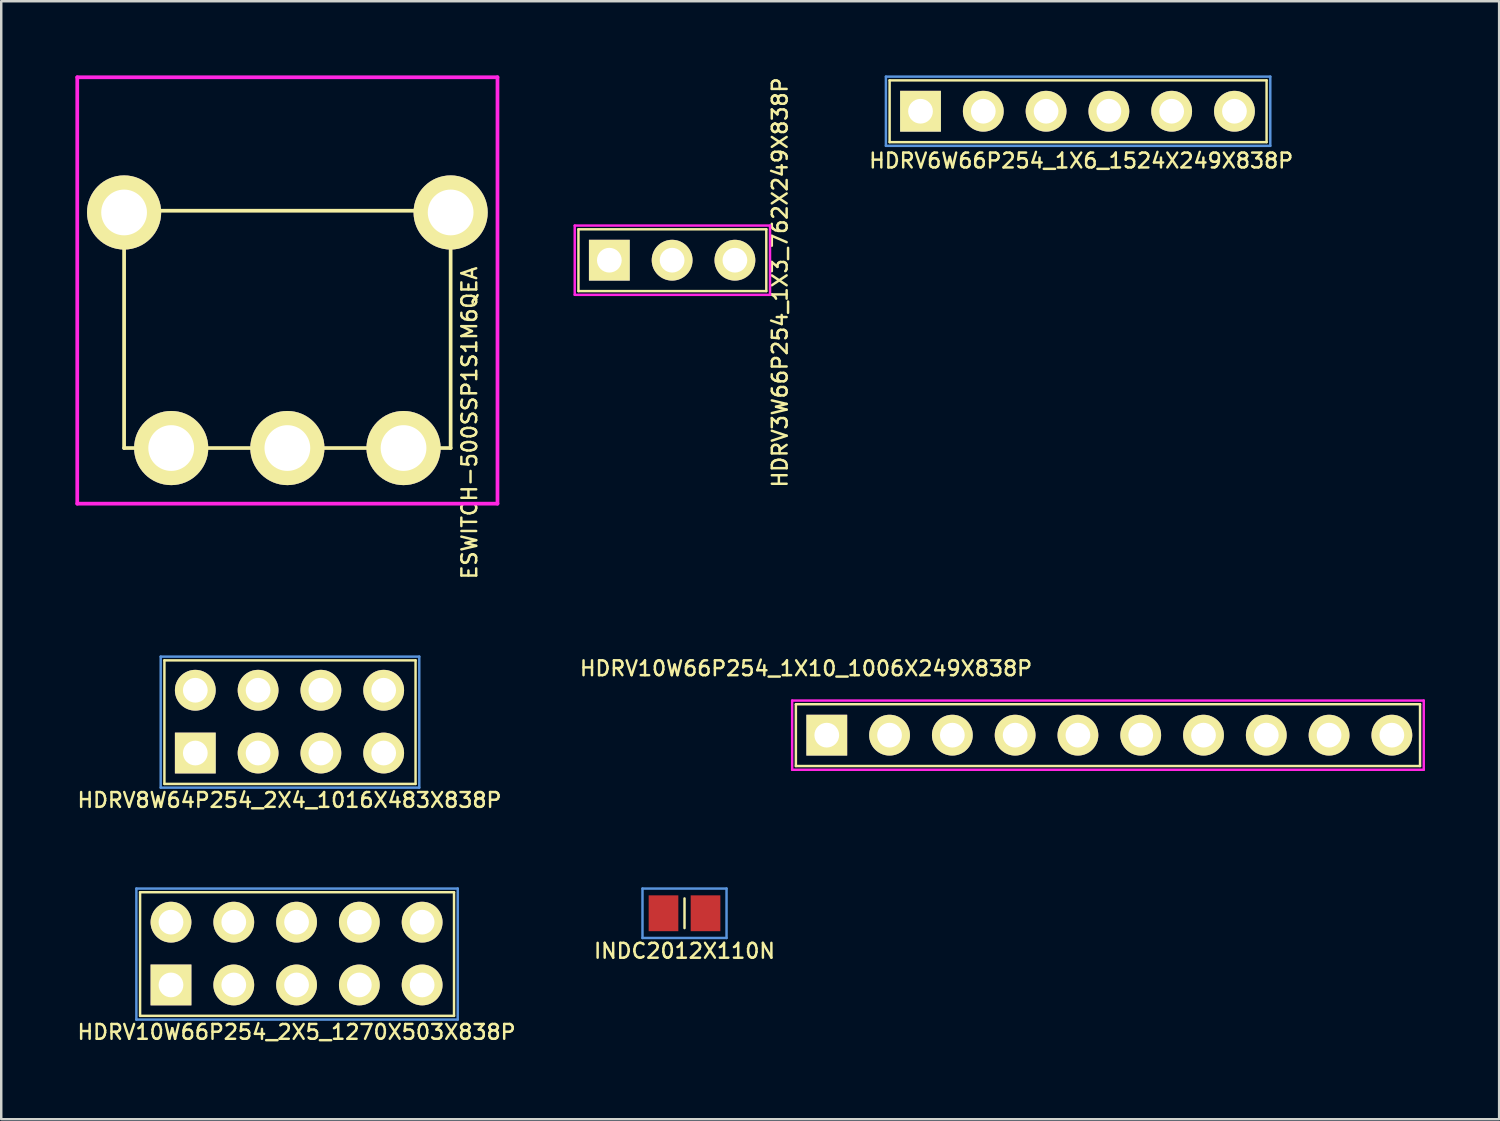
<source format=kicad_pcb>
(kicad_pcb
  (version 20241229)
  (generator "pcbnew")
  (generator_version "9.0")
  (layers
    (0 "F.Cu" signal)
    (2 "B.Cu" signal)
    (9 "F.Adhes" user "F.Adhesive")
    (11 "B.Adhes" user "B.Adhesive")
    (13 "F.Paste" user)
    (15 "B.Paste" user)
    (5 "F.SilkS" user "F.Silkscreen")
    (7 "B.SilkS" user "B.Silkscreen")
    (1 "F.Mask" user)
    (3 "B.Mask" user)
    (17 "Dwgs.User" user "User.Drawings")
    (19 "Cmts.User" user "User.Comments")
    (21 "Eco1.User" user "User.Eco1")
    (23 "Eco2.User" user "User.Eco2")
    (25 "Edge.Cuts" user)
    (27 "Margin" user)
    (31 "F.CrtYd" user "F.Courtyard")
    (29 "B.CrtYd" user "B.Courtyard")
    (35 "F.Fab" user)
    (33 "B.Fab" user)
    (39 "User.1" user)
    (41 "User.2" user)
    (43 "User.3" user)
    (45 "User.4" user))
  (footprint "HDRV10W66P254_2X5_1270X503X838P"
    (layer "F.Cu")
    (at 3.867 36.795)
    (property "Reference" "HDRV10W66P254_2X5_1270X503X838P" (at 5.08 1.905 0) (layer "F.SilkS") (effects (font (size 0.6 0.6) (thickness 0.1))))
    (attr through_hole)
    (fp_line (start -1.25 -3.75) (end 11.45 -3.75) (stroke (width 0.1) (type solid)) (layer "F.SilkS"))
    (fp_line (start -1.25 1.25) (end -1.25 -3.75) (stroke (width 0.1) (type solid)) (layer "F.SilkS"))
    (fp_line (start 11.45 -3.75) (end 11.45 1.25) (stroke (width 0.1) (type solid)) (layer "F.SilkS"))
    (fp_line (start 11.45 1.25) (end -1.25 1.25) (stroke (width 0.1) (type solid)) (layer "F.SilkS"))
    (fp_line (start -1.4 -3.9) (end 11.6 -3.9) (stroke (width 0.1) (type solid)) (layer "Cmts.User"))
    (fp_line (start -1.4 1.4) (end -1.4 -3.9) (stroke (width 0.1) (type solid)) (layer "Cmts.User"))
    (fp_line (start 11.6 -3.9) (end 11.6 1.4) (stroke (width 0.1) (type solid)) (layer "Cmts.User"))
    (fp_line (start 11.6 1.4) (end -1.4 1.4) (stroke (width 0.1) (type solid)) (layer "Cmts.User"))
    (pad "1" thru_hole rect (at 0 0) (size 1.65 1.65) (drill 1) (layers "*.Cu" "*.Mask" "F.SilkS"))
    (pad "2" thru_hole circle (at 0 -2.54) (size 1.65 1.65) (drill 1) (layers "*.Cu" "*.Mask" "F.SilkS"))
    (pad "3" thru_hole circle (at 2.54 0) (size 1.65 1.65) (drill 1) (layers "*.Cu" "*.Mask" "F.SilkS"))
    (pad "4" thru_hole circle (at 2.54 -2.54) (size 1.65 1.65) (drill 1) (layers "*.Cu" "*.Mask" "F.SilkS"))
    (pad "5" thru_hole circle (at 5.08 0) (size 1.65 1.65) (drill 1) (layers "*.Cu" "*.Mask" "F.SilkS"))
    (pad "6" thru_hole circle (at 5.08 -2.54) (size 1.65 1.65) (drill 1) (layers "*.Cu" "*.Mask" "F.SilkS"))
    (pad "7" thru_hole circle (at 7.62 0) (size 1.65 1.65) (drill 1) (layers "*.Cu" "*.Mask" "F.SilkS"))
    (pad "8" thru_hole circle (at 7.62 -2.54) (size 1.65 1.65) (drill 1) (layers "*.Cu" "*.Mask" "F.SilkS"))
    (pad "9" thru_hole circle (at 10.16 0) (size 1.65 1.65) (drill 1) (layers "*.Cu" "*.Mask" "F.SilkS"))
    (pad "10" thru_hole circle (at 10.16 -2.54) (size 1.65 1.65) (drill 1) (layers "*.Cu" "*.Mask" "F.SilkS")))
  (footprint "HDRV3W66P254_1X3_762X249X838P"
    (layer "F.Cu")
    (at 21.6 7.476)
    (property "Reference" "HDRV3W66P254_1X3_762X249X838P" (at 6.9 0.9 90) (layer "F.SilkS") (effects (font (size 0.6 0.6) (thickness 0.1))))
    (attr through_hole)
    (fp_line (start -1.25 -1.25) (end 6.35 -1.25) (stroke (width 0.1) (type solid)) (layer "F.SilkS"))
    (fp_line (start -1.25 1.25) (end -1.25 -1.25) (stroke (width 0.1) (type solid)) (layer "F.SilkS"))
    (fp_line (start 6.35 -1.25) (end 6.35 1.25) (stroke (width 0.1) (type solid)) (layer "F.SilkS"))
    (fp_line (start 6.35 1.25) (end -1.25 1.25) (stroke (width 0.1) (type solid)) (layer "F.SilkS"))
    (fp_line (start -1.4 -1.4) (end 6.5 -1.4) (stroke (width 0.1) (type solid)) (layer "F.CrtYd"))
    (fp_line (start -1.4 1.4) (end -1.4 -1.4) (stroke (width 0.1) (type solid)) (layer "F.CrtYd"))
    (fp_line (start 6.5 -1.4) (end 6.5 1.4) (stroke (width 0.1) (type solid)) (layer "F.CrtYd"))
    (fp_line (start 6.5 1.4) (end -1.4 1.4) (stroke (width 0.1) (type solid)) (layer "F.CrtYd"))
    (pad "1" thru_hole rect (at 0 0) (size 1.65 1.65) (drill 1) (layers "*.Cu" "*.Mask" "F.SilkS"))
    (pad "2" thru_hole circle (at 2.54 0) (size 1.65 1.65) (drill 1) (layers "*.Cu" "*.Mask" "F.SilkS"))
    (pad "3" thru_hole circle (at 5.08 0) (size 1.65 1.65) (drill 1) (layers "*.Cu" "*.Mask" "F.SilkS")))
  (footprint "ESWITCH-500SSP1S1M6QEA"
    (layer "F.Cu")
    (at 8.575 15.075)
    (property "Reference" "ESWITCH-500SSP1S1M6QEA" (at 7.366 -1.016 90) (layer "F.SilkS") (effects (font (size 0.6 0.6) (thickness 0.1))))
    (attr through_hole)
    (fp_line (start -6.605 -9.6) (end -6.605 0) (stroke (width 0.15) (type solid)) (layer "F.SilkS"))
    (fp_line (start -6.605 0) (end 6.605 0) (stroke (width 0.15) (type solid)) (layer "F.SilkS"))
    (fp_line (start 6.605 -9.6) (end -6.605 -9.6) (stroke (width 0.15) (type solid)) (layer "F.SilkS"))
    (fp_line (start 6.605 0) (end 6.605 -9.6) (stroke (width 0.15) (type solid)) (layer "F.SilkS"))
    (fp_line (start -8.5 -15) (end -8.5 2.25) (stroke (width 0.15) (type solid)) (layer "F.CrtYd"))
    (fp_line (start -8.5 2.25) (end 8.5 2.25) (stroke (width 0.15) (type solid)) (layer "F.CrtYd"))
    (fp_line (start 8.5 -15) (end -8.5 -15) (stroke (width 0.15) (type solid)) (layer "F.CrtYd"))
    (fp_line (start 8.5 2.25) (end 8.5 -15) (stroke (width 0.15) (type solid)) (layer "F.CrtYd"))
    (pad "" thru_hole circle (at -6.605 -9.53) (size 3 3) (drill 1.85) (layers "*.Cu" "*.Mask" "F.SilkS"))
    (pad "" thru_hole circle (at 6.605 -9.53) (size 3 3) (drill 1.85) (layers "*.Cu" "*.Mask" "F.SilkS"))
    (pad "1" thru_hole circle (at -4.7 0) (size 3 3) (drill 1.85) (layers "*.Cu" "*.Mask" "F.SilkS"))
    (pad "2" thru_hole circle (at 0 0) (size 3 3) (drill 1.85) (layers "*.Cu" "*.Mask" "F.SilkS"))
    (pad "3" thru_hole circle (at 4.7 0) (size 3 3) (drill 1.85) (layers "*.Cu" "*.Mask" "F.SilkS")))
  (footprint "HDRV8W64P254_2X4_1016X483X838P"
    (layer "F.Cu")
    (at 4.851 27.413)
    (property "Reference" "HDRV8W64P254_2X4_1016X483X838P" (at 3.81 1.905 0) (layer "F.SilkS") (effects (font (size 0.6 0.6) (thickness 0.1))))
    (attr through_hole)
    (fp_line (start -1.25 -3.75) (end 8.91 -3.75) (stroke (width 0.1) (type solid)) (layer "F.SilkS"))
    (fp_line (start -1.25 1.25) (end -1.25 -3.75) (stroke (width 0.1) (type solid)) (layer "F.SilkS"))
    (fp_line (start 8.91 -3.75) (end 8.91 1.25) (stroke (width 0.1) (type solid)) (layer "F.SilkS"))
    (fp_line (start 8.91 1.25) (end -1.25 1.25) (stroke (width 0.1) (type solid)) (layer "F.SilkS"))
    (fp_line (start -1.4 -3.9) (end 9.06 -3.9) (stroke (width 0.1) (type solid)) (layer "Cmts.User"))
    (fp_line (start -1.4 1.4) (end -1.4 -3.9) (stroke (width 0.1) (type solid)) (layer "Cmts.User"))
    (fp_line (start 9.06 -3.9) (end 9.06 1.4) (stroke (width 0.1) (type solid)) (layer "Cmts.User"))
    (fp_line (start 9.06 1.4) (end -1.4 1.4) (stroke (width 0.1) (type solid)) (layer "Cmts.User"))
    (pad "1" thru_hole rect (at 0 0) (size 1.65 1.65) (drill 1) (layers "*.Cu" "*.Mask" "F.SilkS"))
    (pad "2" thru_hole circle (at 0 -2.54) (size 1.65 1.65) (drill 1) (layers "*.Cu" "*.Mask" "F.SilkS"))
    (pad "3" thru_hole circle (at 2.54 0) (size 1.65 1.65) (drill 1) (layers "*.Cu" "*.Mask" "F.SilkS"))
    (pad "4" thru_hole circle (at 2.54 -2.54) (size 1.65 1.65) (drill 1) (layers "*.Cu" "*.Mask" "F.SilkS"))
    (pad "5" thru_hole circle (at 5.08 0) (size 1.65 1.65) (drill 1) (layers "*.Cu" "*.Mask" "F.SilkS"))
    (pad "6" thru_hole circle (at 5.08 -2.54) (size 1.65 1.65) (drill 1) (layers "*.Cu" "*.Mask" "F.SilkS"))
    (pad "7" thru_hole circle (at 7.62 0) (size 1.65 1.65) (drill 1) (layers "*.Cu" "*.Mask" "F.SilkS"))
    (pad "8" thru_hole circle (at 7.62 -2.54) (size 1.65 1.65) (drill 1) (layers "*.Cu" "*.Mask" "F.SilkS")))
  (footprint "HDRV6W66P254_1X6_1524X249X838P"
    (layer "F.Cu")
    (at 34.188 1.45)
    (property "Reference" "HDRV6W66P254_1X6_1524X249X838P" (at 6.5 2 0) (layer "F.SilkS") (effects (font (size 0.6 0.6) (thickness 0.1))))
    (attr through_hole)
    (fp_line (start -1.25 -1.25) (end 14 -1.25) (stroke (width 0.1) (type solid)) (layer "F.SilkS"))
    (fp_line (start -1.25 1.25) (end -1.25 -1.25) (stroke (width 0.1) (type solid)) (layer "F.SilkS"))
    (fp_line (start 14 -1.25) (end 14 1.25) (stroke (width 0.1) (type solid)) (layer "F.SilkS"))
    (fp_line (start 14 1.25) (end -1.25 1.25) (stroke (width 0.1) (type solid)) (layer "F.SilkS"))
    (fp_line (start -1.4 -1.4) (end 14.15 -1.4) (stroke (width 0.1) (type solid)) (layer "Cmts.User"))
    (fp_line (start -1.4 1.4) (end -1.4 -1.4) (stroke (width 0.1) (type solid)) (layer "Cmts.User"))
    (fp_line (start 14.15 -1.4) (end 14.15 1.4) (stroke (width 0.1) (type solid)) (layer "Cmts.User"))
    (fp_line (start 14.15 1.4) (end -1.4 1.4) (stroke (width 0.1) (type solid)) (layer "Cmts.User"))
    (pad "1" thru_hole rect (at 0 0) (size 1.65 1.65) (drill 1) (layers "*.Cu" "*.Mask" "F.SilkS"))
    (pad "2" thru_hole circle (at 2.54 0) (size 1.65 1.65) (drill 1) (layers "*.Cu" "*.Mask" "F.SilkS"))
    (pad "3" thru_hole circle (at 5.08 0) (size 1.65 1.65) (drill 1) (layers "*.Cu" "*.Mask" "F.SilkS"))
    (pad "4" thru_hole circle (at 7.62 0) (size 1.65 1.65) (drill 1) (layers "*.Cu" "*.Mask" "F.SilkS"))
    (pad "5" thru_hole circle (at 10.16 0) (size 1.65 1.65) (drill 1) (layers "*.Cu" "*.Mask" "F.SilkS"))
    (pad "6" thru_hole circle (at 12.7 0) (size 1.65 1.65) (drill 1) (layers "*.Cu" "*.Mask" "F.SilkS")))
  (footprint "HDRV10W66P254_1X10_1006X249X838P"
    (layer "F.Cu")
    (at 30.396 26.69)
    (property "Reference" "HDRV10W66P254_1X10_1006X249X838P" (at -0.84 -2.7 180) (layer "F.SilkS") (effects (font (size 0.6 0.6) (thickness 0.1))))
    (attr through_hole)
    (fp_line (start -1.25 -1.25) (end 24 -1.25) (stroke (width 0.1) (type solid)) (layer "F.SilkS"))
    (fp_line (start -1.25 1.25) (end -1.25 -1.25) (stroke (width 0.1) (type solid)) (layer "F.SilkS"))
    (fp_line (start 24 -1.25) (end 24 1.25) (stroke (width 0.1) (type solid)) (layer "F.SilkS"))
    (fp_line (start 24 1.25) (end -1.25 1.25) (stroke (width 0.1) (type solid)) (layer "F.SilkS"))
    (fp_line (start -1.4 -1.4) (end 24.15 -1.4) (stroke (width 0.1) (type solid)) (layer "F.CrtYd"))
    (fp_line (start -1.4 1.4) (end -1.4 -1.4) (stroke (width 0.1) (type solid)) (layer "F.CrtYd"))
    (fp_line (start 24.15 -1.4) (end 24.15 1.4) (stroke (width 0.1) (type solid)) (layer "F.CrtYd"))
    (fp_line (start 24.15 1.4) (end -1.4 1.4) (stroke (width 0.1) (type solid)) (layer "F.CrtYd"))
    (pad "1" thru_hole rect (at 0 0) (size 1.65 1.65) (drill 1) (layers "*.Cu" "*.Mask" "F.SilkS"))
    (pad "2" thru_hole circle (at 2.54 0) (size 1.65 1.65) (drill 1) (layers "*.Cu" "*.Mask" "F.SilkS"))
    (pad "3" thru_hole circle (at 5.08 0) (size 1.65 1.65) (drill 1) (layers "*.Cu" "*.Mask" "F.SilkS"))
    (pad "4" thru_hole circle (at 7.62 0) (size 1.65 1.65) (drill 1) (layers "*.Cu" "*.Mask" "F.SilkS"))
    (pad "5" thru_hole circle (at 10.16 0) (size 1.65 1.65) (drill 1) (layers "*.Cu" "*.Mask" "F.SilkS"))
    (pad "6" thru_hole circle (at 12.7 0) (size 1.65 1.65) (drill 1) (layers "*.Cu" "*.Mask" "F.SilkS"))
    (pad "7" thru_hole circle (at 15.24 0) (size 1.65 1.65) (drill 1) (layers "*.Cu" "*.Mask" "F.SilkS"))
    (pad "8" thru_hole circle (at 17.78 0) (size 1.65 1.65) (drill 1) (layers "*.Cu" "*.Mask" "F.SilkS"))
    (pad "9" thru_hole circle (at 20.32 0) (size 1.65 1.65) (drill 1) (layers "*.Cu" "*.Mask" "F.SilkS"))
    (pad "10" thru_hole circle (at 22.86 0) (size 1.65 1.65) (drill 1) (layers "*.Cu" "*.Mask" "F.SilkS")))
  (footprint "INDC2012X110N"
    (layer "F.Cu")
    (at 24.641 33.895)
    (property "Reference" "INDC2012X110N" (at 0 1.524 0) (layer "F.SilkS") (effects (font (size 0.6 0.6) (thickness 0.1))))
    (attr through_hole)
    (fp_line (start 0 -0.6) (end 0 0.6) (stroke (width 0.1) (type solid)) (layer "F.SilkS"))
    (fp_line (start -1.7 -1) (end 1.7 -1) (stroke (width 0.1) (type solid)) (layer "Cmts.User"))
    (fp_line (start -1.7 1) (end -1.7 -1) (stroke (width 0.1) (type solid)) (layer "Cmts.User"))
    (fp_line (start 1.7 -1) (end 1.7 1) (stroke (width 0.1) (type solid)) (layer "Cmts.User"))
    (fp_line (start 1.7 1) (end -1.7 1) (stroke (width 0.1) (type solid)) (layer "Cmts.User"))
    (pad "1" smd rect (at -0.85 0) (size 1.2 1.45) (layers "F.Cu" "F.Mask" "F.Paste"))
    (pad "2" smd rect (at 0.85 0) (size 1.2 1.45) (layers "F.Cu" "F.Mask" "F.Paste")))
  (gr_rect
    (start -3 -3)
    (end 57.596 42.226)
    (stroke (width 0.1) (type default))
    (fill no)
    (layer "Edge.Cuts")))
</source>
